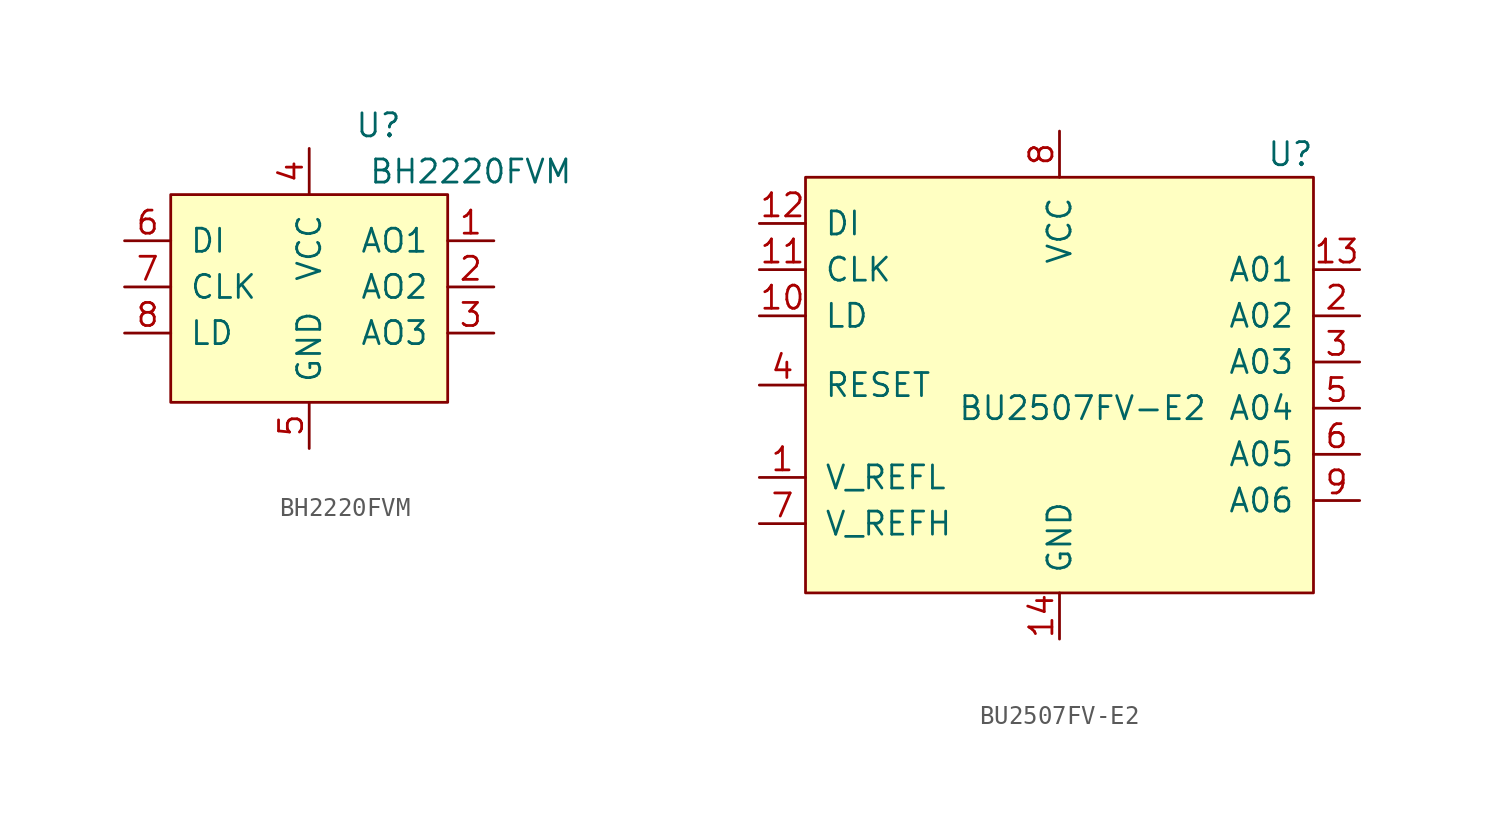
<source format=kicad_sym>
(kicad_symbol_lib
  (version 20211014)
  (generator kicad_symbol_editor)
  (symbol "BH2220FVM"
    (pin_names
      (offset 1.016))
    (property "Reference" "U"
      (at 3.81 8.89 0)
      (effects (font (size 1.27 1.27))))
    (property "Value" "BH2220FVM"
      (at 8.89 6.35 0)
      (effects (font (size 1.27 1.27))))
    (symbol "BH2220FVM_0_0"
      (pin output line (at 10.16 2.54 180) (length 2.54) (name "AO1" (effects (font (size 1.27 1.27)))) (number "1" (effects (font (size 1.27 1.27)))))
      (pin output line (at 10.16 0 180) (length 2.54) (name "AO2" (effects (font (size 1.27 1.27)))) (number "2" (effects (font (size 1.27 1.27)))))
      (pin output line (at 10.16 -2.54 180) (length 2.54) (name "AO3" (effects (font (size 1.27 1.27)))) (number "3" (effects (font (size 1.27 1.27)))))
      (pin power_in line (at 0 7.62 270) (length 2.54) (name "VCC" (effects (font (size 1.27 1.27)))) (number "4" (effects (font (size 1.27 1.27)))))
      (pin power_in line (at 0 -8.89 90) (length 2.54) (name "GND" (effects (font (size 1.27 1.27)))) (number "5" (effects (font (size 1.27 1.27)))))
      (pin input line (at -10.16 2.54 0) (length 2.54) (name "DI" (effects (font (size 1.27 1.27)))) (number "6" (effects (font (size 1.27 1.27)))))
      (pin input line (at -10.16 0 0) (length 2.54) (name "CLK" (effects (font (size 1.27 1.27)))) (number "7" (effects (font (size 1.27 1.27)))))
      (pin input line (at -10.16 -2.54 0) (length 2.54) (name "LD" (effects (font (size 1.27 1.27)))) (number "8" (effects (font (size 1.27 1.27))))))
    (symbol "BH2220FVM_0_1"
      (rectangle (start -7.62 5.08) (end 7.62 -6.35) (stroke (width 0) (type default) (color 0 0 0 0)) (fill (type background)))))
  (symbol "BU2507FV-E2"
    (pin_names
      (offset 1.016))
    (property "Reference" "U"
      (at 12.7 12.7 0)
      (effects (font (size 1.27 1.27))))
    (property "Value" "BU2507FV-E2"
      (at 1.27 -1.27 0)
      (effects (font (size 1.27 1.27))))
    (symbol "BU2507FV-E2_0_1"
      (rectangle (start -13.97 11.43) (end 13.97 -11.43) (stroke (width 0) (type default) (color 0 0 0 0)) (fill (type background))))
    (symbol "BU2507FV-E2_1_1"
      (pin input line (at -16.51 -5.08 0) (length 2.54) (name "V_REFL" (effects (font (size 1.27 1.27)))) (number "1" (effects (font (size 1.27 1.27)))))
      (pin input line (at -16.51 3.81 0) (length 2.54) (name "LD" (effects (font (size 1.27 1.27)))) (number "10" (effects (font (size 1.27 1.27)))))
      (pin input line (at -16.51 6.35 0) (length 2.54) (name "CLK" (effects (font (size 1.27 1.27)))) (number "11" (effects (font (size 1.27 1.27)))))
      (pin input line (at -16.51 8.89 0) (length 2.54) (name "DI" (effects (font (size 1.27 1.27)))) (number "12" (effects (font (size 1.27 1.27)))))
      (pin output line (at 16.51 6.35 180) (length 2.54) (name "A01" (effects (font (size 1.27 1.27)))) (number "13" (effects (font (size 1.27 1.27)))))
      (pin power_in line (at 0 -13.97 90) (length 2.54) (name "GND" (effects (font (size 1.27 1.27)))) (number "14" (effects (font (size 1.27 1.27)))))
      (pin output line (at 16.51 3.81 180) (length 2.54) (name "A02" (effects (font (size 1.27 1.27)))) (number "2" (effects (font (size 1.27 1.27)))))
      (pin output line (at 16.51 1.27 180) (length 2.54) (name "A03" (effects (font (size 1.27 1.27)))) (number "3" (effects (font (size 1.27 1.27)))))
      (pin input line (at -16.51 0 0) (length 2.54) (name "RESET" (effects (font (size 1.27 1.27)))) (number "4" (effects (font (size 1.27 1.27)))))
      (pin output line (at 16.51 -1.27 180) (length 2.54) (name "A04" (effects (font (size 1.27 1.27)))) (number "5" (effects (font (size 1.27 1.27)))))
      (pin output line (at 16.51 -3.81 180) (length 2.54) (name "A05" (effects (font (size 1.27 1.27)))) (number "6" (effects (font (size 1.27 1.27)))))
      (pin input line (at -16.51 -7.62 0) (length 2.54) (name "V_REFH" (effects (font (size 1.27 1.27)))) (number "7" (effects (font (size 1.27 1.27)))))
      (pin power_in line (at 0 13.97 270) (length 2.54) (name "VCC" (effects (font (size 1.27 1.27)))) (number "8" (effects (font (size 1.27 1.27)))))
      (pin output line (at 16.51 -6.35 180) (length 2.54) (name "A06" (effects (font (size 1.27 1.27)))) (number "9" (effects (font (size 1.27 1.27))))))))
</source>
